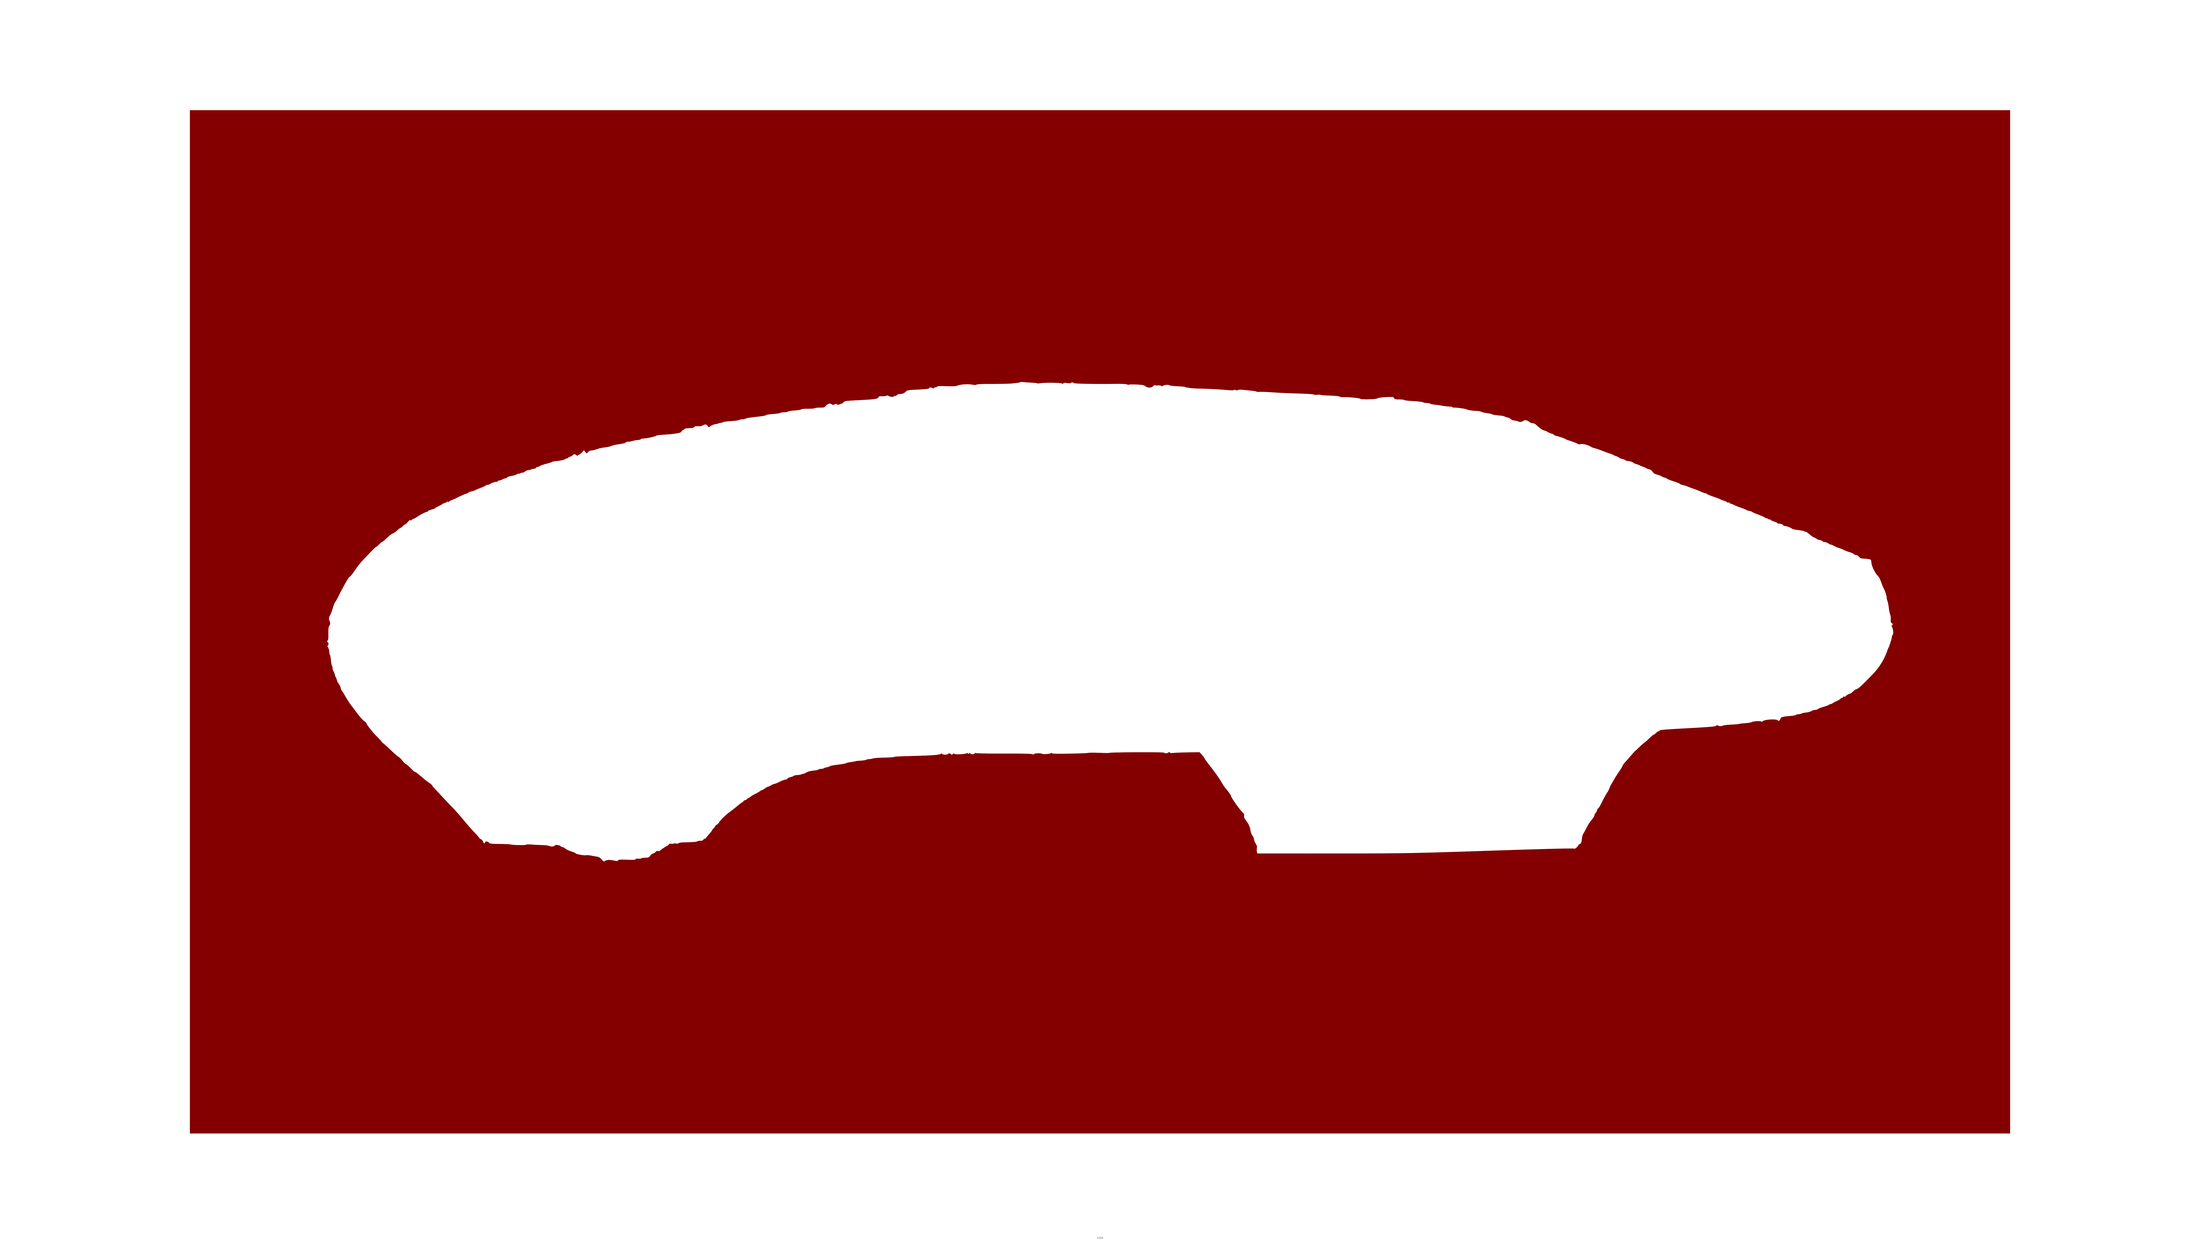
<source format=kicad_sym>
(kicad_symbol_lib
  (version 20220914)
  (generator "bitmap2component")
  (generator_version "8.0")
  (symbol "LOGO"
    (pin_names
      (offset 1.016))
    (property "Reference" "#G"
      (at 0 253.365 0)
      (effects (font (size 1.27 1.27)) hide))
    (symbol "LOGO_0_0"
      (polyline (pts (xy 451.556 0) (xy 451.556 254) (xy 0 254) (xy -451.555 254) (xy -451.555 0) (xy -451.555 -9.701) (xy -383.469 -9.701) (xy -383.432 -9.458) (xy -383.134 -9.172) (xy -383.064 -9.104) (xy -382.938 -8.504) (xy -382.867 -7.393) (xy -382.861 -5.907) (xy -382.87 -4.59) (xy -382.806 -3.287) (xy -382.636 -2.412) (xy -382.341 -1.809) (xy -382.266 -1.698) (xy -381.954 -0.993) (xy -382.016 -0.213) (xy -382.463 0.895) (xy -382.589 1.316) (xy -382.449 2.433) (xy -381.733 3.881) (xy -381.711 3.92) (xy -381.434 4.571) (xy -381.048 5.661) (xy -380.627 6.976) (xy -380.558 7.201) (xy -380.151 8.417) (xy -379.797 9.316) (xy -379.565 9.716) (xy -379.355 9.969) (xy -378.902 10.711) (xy -378.356 11.737) (xy -377.362 13.704) (xy -375.819 16.681) (xy -374.537 19.044) (xy -373.521 20.785) (xy -372.776 21.897) (xy -372.307 22.369) (xy -372.141 22.479) (xy -371.526 23.108) (xy -370.724 24.115) (xy -369.867 25.344) (xy -369.692 25.608) (xy -368.633 27.112) (xy -367.51 28.584) (xy -366.539 29.737) (xy -366.404 29.885) (xy -364.942 31.463) (xy -363.49 33) (xy -362.128 34.416) (xy -360.932 35.631) (xy -359.982 36.567) (xy -359.354 37.144) (xy -359.128 37.282) (xy -358.978 37.312) (xy -358.456 37.721) (xy -357.689 38.439) (xy -357.054 39.039) (xy -356.341 39.634) (xy -355.941 39.864) (xy -355.9 39.873) (xy -355.436 40.188) (xy -354.65 40.859) (xy -353.686 41.763) (xy -353.552 41.893) (xy -352.507 42.823) (xy -351.572 43.53) (xy -350.936 43.872) (xy -350.548 44.038) (xy -349.668 44.613) (xy -348.721 45.403) (xy -348.134 45.927) (xy -347.438 46.471) (xy -347.068 46.653) (xy -346.994 46.662) (xy -346.521 46.979) (xy -345.854 47.612) (xy -345.634 47.835) (xy -345.007 48.355) (xy -344.636 48.49) (xy -344.518 48.502) (xy -344.049 48.879) (xy -343.423 49.605) (xy -343.18 49.908) (xy -342.561 50.491) (xy -342.206 50.466) (xy -341.951 50.278) (xy -341.503 50.607) (xy -341.183 50.906) (xy -340.617 51.153) (xy -340.415 51.202) (xy -339.707 51.557) (xy -338.808 52.143) (xy -338.025 52.666) (xy -336.78 53.396) (xy -335.527 54.042) (xy -334.464 54.504) (xy -333.793 54.681) (xy -333.652 54.699) (xy -333.375 55.001) (xy -333.248 55.153) (xy -332.608 55.461) (xy -331.611 55.773) (xy -330.952 55.959) (xy -330.157 56.247) (xy -329.847 56.458) (xy -329.773 56.563) (xy -329.235 56.916) (xy -328.348 57.355) (xy -327.929 57.549) (xy -326.989 58.045) (xy -326.411 58.438) (xy -325.819 58.789) (xy -324.912 59.09) (xy -324.892 59.094) (xy -324.154 59.38) (xy -323.845 59.736) (xy -323.779 59.885) (xy -323.497 59.62) (xy -323.292 59.379) (xy -323.15 59.504) (xy -323.138 59.564) (xy -322.733 59.95) (xy -321.935 60.317) (xy -321.805 60.362) (xy -320.82 60.768) (xy -319.508 61.374) (xy -318.116 62.066) (xy -317.83 62.212) (xy -316.458 62.866) (xy -315.231 63.384) (xy -314.386 63.663) (xy -314.313 63.68) (xy -313.572 63.939) (xy -313.267 64.218) (xy -313.244 64.279) (xy -312.792 64.537) (xy -311.944 64.758) (xy -311.819 64.782) (xy -310.74 65.069) (xy -309.915 65.421) (xy -309.481 65.644) (xy -308.468 66.078) (xy -307.269 66.527) (xy -306.439 66.841) (xy -305.441 67.29) (xy -304.863 67.644) (xy -304.436 67.903) (xy -303.583 68.086) (xy -303.022 68.182) (xy -302.361 68.578) (xy -302.349 68.593) (xy -301.755 68.952) (xy -300.796 69.296) (xy -299.792 69.529) (xy -299.067 69.557) (xy -299 69.553) (xy -298.803 69.85) (xy -298.618 70.073) (xy -297.988 70.203) (xy -297.378 70.302) (xy -296.489 70.721) (xy -295.936 71.029) (xy -295.048 71.25) (xy -294.569 71.348) (xy -294.109 71.737) (xy -293.95 71.909) (xy -293.229 72.212) (xy -292.147 72.424) (xy -291.578 72.513) (xy -290.366 72.826) (xy -289.486 73.213) (xy -288.77 73.557) (xy -288.259 73.579) (xy -288.126 73.528) (xy -287.694 73.725) (xy -287.33 73.958) (xy -286.562 74.083) (xy -285.886 74.217) (xy -285.225 74.667) (xy -285.147 74.755) (xy -284.433 75.155) (xy -283.437 75.39) (xy -283.227 75.415) (xy -282.267 75.613) (xy -281.665 75.871) (xy -281.426 76.001) (xy -280.725 76.01) (xy -280.425 75.979) (xy -279.986 76.356) (xy -279.755 76.659) (xy -279.084 76.906) (xy -278.665 76.969) (xy -277.926 77.354) (xy -277.879 77.392) (xy -277.237 77.707) (xy -276.146 78.089) (xy -274.814 78.464) (xy -274.579 78.524) (xy -273.292 78.879) (xy -272.292 79.201) (xy -271.78 79.427) (xy -271.248 79.641) (xy -270.368 79.77) (xy -270.099 79.785) (xy -268.874 79.913) (xy -267.59 80.122) (xy -266.438 80.371) (xy -265.608 80.621) (xy -265.289 80.832) (xy -265.157 81.01) (xy -264.583 81.139) (xy -264.173 81.2) (xy -263.878 81.464) (xy -263.577 81.759) (xy -262.849 82.014) (xy -262.083 82.313) (xy -261.625 82.748) (xy -261.544 82.901) (xy -260.978 83.224) (xy -260.251 83.131) (xy -259.673 82.638) (xy -259.445 82.348) (xy -259.302 82.462) (xy -259.224 82.678) (xy -258.728 82.903) (xy -258.552 82.939) (xy -257.875 83.34) (xy -257.101 84.04) (xy -256.039 85.177) (xy -255.39 84.375) (xy -254.74 83.573) (xy -254.018 84.296) (xy -253.408 84.794) (xy -252.853 85.044) (xy -251.376 85.211) (xy -249.282 85.843) (xy -248.504 86.105) (xy -247.211 86.392) (xy -245.795 86.596) (xy -244.569 86.768) (xy -243.285 87.043) (xy -242.406 87.342) (xy -242.26 87.406) (xy -241.304 87.698) (xy -239.949 87.993) (xy -238.44 88.238) (xy -236.834 88.506) (xy -235.707 88.815) (xy -235.188 89.134) (xy -234.953 89.367) (xy -234.306 89.451) (xy -234.005 89.419) (xy -233.099 89.519) (xy -231.983 89.788) (xy -231.436 89.939) (xy -230.132 90.205) (xy -229.073 90.311) (xy -228.959 90.313) (xy -228.203 90.426) (xy -227.894 90.664) (xy -227.885 90.708) (xy -227.482 90.927) (xy -226.67 91.017) (xy -226.224 91.037) (xy -225.112 91.172) (xy -223.799 91.399) (xy -222.465 91.68) (xy -221.289 91.975) (xy -220.452 92.244) (xy -220.133 92.448) (xy -219.914 92.55) (xy -219.119 92.69) (xy -217.88 92.827) (xy -216.341 92.944) (xy -215.169 93.02) (xy -213.575 93.139) (xy -212.282 93.252) (xy -211.49 93.345) (xy -211.452 93.351) (xy -210.329 93.53) (xy -209.119 93.722) (xy -208.138 94.017) (xy -207.595 94.59) (xy -207.391 94.957) (xy -206.869 95.25) (xy -206.639 95.291) (xy -206.18 95.7) (xy -206.049 95.848) (xy -205.271 96.078) (xy -203.853 96.163) (xy -202.778 96.205) (xy -201.8 96.389) (xy -201.282 96.748) (xy -201.116 96.929) (xy -200.492 97.174) (xy -199.418 97.124) (xy -198.178 97.102) (xy -197.156 97.501) (xy -196.305 97.955) (xy -195.395 97.962) (xy -194.665 97.308) (xy -194.157 96.544) (xy -193.123 97.297) (xy -193.084 97.325) (xy -191.975 97.877) (xy -190.766 98.178) (xy -190.563 98.2) (xy -189.685 98.356) (xy -189.207 98.542) (xy -188.902 98.684) (xy -188.169 98.778) (xy -187.641 98.845) (xy -187.167 99.101) (xy -186.863 99.227) (xy -185.978 99.39) (xy -184.667 99.547) (xy -183.082 99.676) (xy -181.741 99.781) (xy -180.377 99.931) (xy -179.415 100.09) (xy -179.006 100.235) (xy -178.951 100.289) (xy -178.377 100.469) (xy -177.456 100.542) (xy -177.2 100.547) (xy -176.371 100.656) (xy -175.977 100.861) (xy -175.793 100.97) (xy -175.031 101.168) (xy -173.826 101.381) (xy -172.332 101.579) (xy -171.243 101.703) (xy -169.206 101.941) (xy -167.742 102.128) (xy -166.759 102.278) (xy -166.169 102.406) (xy -165.881 102.527) (xy -165.805 102.656) (xy -165.651 102.748) (xy -164.931 102.902) (xy -163.756 103.056) (xy -162.275 103.188) (xy -161.263 103.273) (xy -159.921 103.43) (xy -158.963 103.599) (xy -158.55 103.755) (xy -158.38 103.862) (xy -157.659 104.011) (xy -156.613 104.07) (xy -155.996 104.09) (xy -155.187 104.202) (xy -154.869 104.38) (xy -154.754 104.469) (xy -154.087 104.638) (xy -152.957 104.804) (xy -151.518 104.942) (xy -150.649 105.019) (xy -149.372 105.179) (xy -148.494 105.355) (xy -148.167 105.519) (xy -148.085 105.591) (xy -147.47 105.712) (xy -146.384 105.787) (xy -144.984 105.802) (xy -144.325 105.8) (xy -142.946 105.848) (xy -141.898 105.955) (xy -141.369 106.105) (xy -141 106.242) (xy -140.072 106.362) (xy -138.883 106.38) (xy -138.254 106.366) (xy -137.275 106.423) (xy -136.664 106.654) (xy -136.192 107.122) (xy -135.885 107.472) (xy -134.908 108.183) (xy -133.942 108.399) (xy -133.163 108.066) (xy -132.973 107.89) (xy -132.459 107.688) (xy -131.752 107.956) (xy -131.567 108.051) (xy -130.903 108.229) (xy -130.349 107.948) (xy -129.872 107.679) (xy -129.384 107.894) (xy -129.129 108.081) (xy -128.361 108.303) (xy -127.914 108.423) (xy -127.285 108.94) (xy -127.268 108.963) (xy -127.081 109.208) (xy -126.858 109.394) (xy -126.504 109.537) (xy -125.922 109.65) (xy -125.018 109.746) (xy -123.696 109.839) (xy -121.86 109.943) (xy -119.415 110.071) (xy -117.906 110.152) (xy -115.401 110.3) (xy -113.483 110.442) (xy -112.075 110.59) (xy -111.097 110.755) (xy -110.472 110.949) (xy -110.121 111.182) (xy -109.967 111.468) (xy -109.73 111.851) (xy -109.163 112.016) (xy -108.082 112.013) (xy -107.52 112.005) (xy -106.515 112.088) (xy -105.921 112.276) (xy -105.675 112.414) (xy -105.04 112.275) (xy -104.618 112.021) (xy -103.76 111.734) (xy -102.951 111.653) (xy -102.483 111.829) (xy -102.28 112.01) (xy -101.622 112.183) (xy -101.2 112.273) (xy -100.518 112.741) (xy -100.113 113.04) (xy -99.201 113.135) (xy -98.311 113.158) (xy -97.121 113.634) (xy -96.173 114.48) (xy -96.037 114.627) (xy -95.655 114.836) (xy -94.999 114.994) (xy -93.962 115.118) (xy -92.434 115.223) (xy -90.309 115.325) (xy -89.765 115.349) (xy -87.565 115.475) (xy -86.023 115.62) (xy -85.098 115.789) (xy -84.751 115.987) (xy -84.352 116.348) (xy -83.65 116.361) (xy -82.973 115.993) (xy -82.654 115.748) (xy -82.55 115.993) (xy -82.331 116.272) (xy -81.668 116.417) (xy -81.088 116.512) (xy -80.786 116.801) (xy -80.555 116.954) (xy -79.737 117.049) (xy -78.292 117.069) (xy -76.183 117.013) (xy -75.787 116.999) (xy -73.748 116.955) (xy -72.282 116.989) (xy -71.278 117.107) (xy -70.627 117.315) (xy -70.58 117.337) (xy -69.489 117.657) (xy -67.962 117.872) (xy -66.244 117.968) (xy -64.586 117.93) (xy -63.234 117.745) (xy -63.046 117.703) (xy -61.921 117.568) (xy -61.269 117.776) (xy -61.09 117.853) (xy -60.2 117.984) (xy -58.619 118.072) (xy -56.356 118.118) (xy -53.421 118.122) (xy -53.148 118.121) (xy -50.749 118.125) (xy -48.437 118.156) (xy -46.366 118.208) (xy -44.692 118.278) (xy -43.568 118.363) (xy -42.242 118.512) (xy -41.135 118.632) (xy -40.488 118.699) (xy -40.166 118.754) (xy -39.649 118.984) (xy -39.559 119.031) (xy -38.925 119.097) (xy -37.966 119.04) (xy -36.995 118.947) (xy -35.533 118.841) (xy -34.017 118.76) (xy -33.963 118.757) (xy -32.679 118.672) (xy -31.672 118.553) (xy -31.157 118.427) (xy -30.74 118.334) (xy -29.949 118.419) (xy -29.553 118.494) (xy -28.438 118.602) (xy -26.955 118.671) (xy -25.258 118.702) (xy -23.5 118.697) (xy -21.833 118.657) (xy -20.412 118.583) (xy -19.389 118.477) (xy -18.918 118.338) (xy -18.588 118.111) (xy -18.173 118.383) (xy -17.981 118.553) (xy -17.346 118.681) (xy -16.228 118.54) (xy -15.83 118.473) (xy -14.922 118.415) (xy -14.523 118.562) (xy -14.416 118.701) (xy -13.905 118.871) (xy -13.327 118.82) (xy -13.053 118.552) (xy -12.996 118.509) (xy -12.391 118.409) (xy -11.186 118.322) (xy -9.458 118.247) (xy -7.281 118.187) (xy -4.73 118.142) (xy -1.881 118.115) (xy 1.19 118.106) (xy 4.409 118.117) (xy 7.699 118.15) (xy 9.783 118.159) (xy 11.715 118.112) (xy 12.987 118.003) (xy 13.577 117.832) (xy 13.854 117.667) (xy 14.222 117.722) (xy 14.468 117.802) (xy 15.299 117.865) (xy 16.563 117.875) (xy 18.107 117.828) (xy 19.142 117.773) (xy 20.561 117.658) (xy 21.514 117.496) (xy 22.155 117.255) (xy 22.639 116.904) (xy 23.437 116.453) (xy 24.621 116.295) (xy 25.772 116.547) (xy 26.606 117.188) (xy 26.976 117.562) (xy 27.31 117.524) (xy 27.343 117.485) (xy 27.881 117.326) (xy 28.755 117.368) (xy 29.722 117.4) (xy 30.512 117.125) (xy 30.831 116.931) (xy 31.044 117.034) (xy 31.297 117.302) (xy 32.017 117.532) (xy 32.948 117.658) (xy 33.832 117.647) (xy 34.408 117.465) (xy 34.758 117.335) (xy 35.712 117.175) (xy 37.075 117.043) (xy 38.679 116.958) (xy 39.822 116.907) (xy 41.249 116.79) (xy 42.22 116.639) (xy 42.61 116.47) (xy 42.721 116.322) (xy 43.221 116.291) (xy 43.461 116.343) (xy 44.169 116.189) (xy 44.317 116.139) (xy 45.094 116.031) (xy 46.377 115.93) (xy 48.03 115.847) (xy 49.918 115.79) (xy 50.092 115.787) (xy 52.458 115.718) (xy 55.001 115.615) (xy 57.428 115.491) (xy 59.443 115.36) (xy 61.049 115.239) (xy 62.719 115.114) (xy 64.075 115.014) (xy 64.921 114.953) (xy 65.021 114.947) (xy 65.975 114.979) (xy 66.612 115.143) (xy 66.884 115.229) (xy 67.51 115.044) (xy 67.821 114.865) (xy 68.343 115.05) (xy 68.496 115.147) (xy 69.32 115.282) (xy 70.61 115.22) (xy 71.695 115.105) (xy 73.353 114.942) (xy 74.965 114.795) (xy 75.01 114.791) (xy 76.278 114.643) (xy 77.262 114.461) (xy 77.751 114.283) (xy 78.199 114.133) (xy 79.005 114.173) (xy 79.207 114.197) (xy 80.128 114.215) (xy 81.538 114.179) (xy 83.285 114.095) (xy 85.216 113.968) (xy 85.254 113.965) (xy 87.316 113.831) (xy 89.862 113.694) (xy 92.677 113.564) (xy 95.545 113.451) (xy 98.249 113.365) (xy 99.251 113.336) (xy 101.431 113.251) (xy 103.323 113.15) (xy 104.821 113.04) (xy 105.823 112.927) (xy 106.223 112.82) (xy 106.264 112.776) (xy 106.812 112.649) (xy 107.699 112.722) (xy 107.844 112.747) (xy 108.779 112.811) (xy 109.387 112.696) (xy 109.401 112.689) (xy 109.944 112.58) (xy 111.031 112.474) (xy 112.511 112.384) (xy 114.233 112.32) (xy 114.269 112.32) (xy 116.016 112.247) (xy 117.454 112.135) (xy 118.451 111.997) (xy 118.876 111.848) (xy 119.119 111.71) (xy 119.915 111.573) (xy 121.02 111.542) (xy 122.102 111.543) (xy 123.588 111.485) (xy 125.158 111.378) (xy 126.653 111.237) (xy 127.917 111.078) (xy 128.79 110.915) (xy 129.117 110.764) (xy 129.132 110.728) (xy 129.581 110.591) (xy 130.534 110.506) (xy 131.826 110.472) (xy 133.292 110.483) (xy 134.765 110.538) (xy 136.082 110.633) (xy 137.076 110.765) (xy 137.583 110.93) (xy 137.715 111.011) (xy 138.556 111.245) (xy 139.98 111.436) (xy 141.893 111.571) (xy 142.285 111.59) (xy 143.839 111.65) (xy 144.845 111.646) (xy 145.435 111.561) (xy 145.739 111.38) (xy 145.886 111.087) (xy 146.043 110.784) (xy 146.443 110.555) (xy 147.222 110.447) (xy 148.543 110.419) (xy 148.622 110.419) (xy 149.817 110.376) (xy 150.666 110.269) (xy 150.989 110.121) (xy 150.996 110.104) (xy 151.415 109.973) (xy 152.387 109.834) (xy 153.782 109.703) (xy 155.465 109.596) (xy 155.65 109.586) (xy 157.356 109.469) (xy 158.797 109.323) (xy 159.827 109.165) (xy 160.298 109.012) (xy 160.401 108.94) (xy 161.102 108.737) (xy 162.101 108.656) (xy 162.405 108.649) (xy 163.341 108.534) (xy 163.883 108.325) (xy 164.17 108.182) (xy 165.021 107.972) (xy 166.158 107.817) (xy 166.757 107.755) (xy 168.443 107.53) (xy 169.999 107.266) (xy 170.649 107.152) (xy 172.149 106.966) (xy 173.438 106.892) (xy 173.868 106.877) (xy 174.663 106.744) (xy 174.978 106.518) (xy 174.999 106.4) (xy 175.305 106.347) (xy 175.399 106.376) (xy 176.048 106.387) (xy 177.105 106.309) (xy 178.385 106.166) (xy 179.703 105.984) (xy 180.874 105.786) (xy 181.713 105.597) (xy 182.033 105.444) (xy 182.039 105.426) (xy 182.435 105.269) (xy 183.305 105.091) (xy 184.447 104.918) (xy 185.659 104.778) (xy 186.738 104.699) (xy 187.481 104.708) (xy 187.489 104.709) (xy 188.289 104.619) (xy 189.245 104.293) (xy 189.845 104.076) (xy 191.083 103.768) (xy 192.44 103.544) (xy 193.406 103.399) (xy 194.321 103.186) (xy 194.75 102.983) (xy 194.793 102.944) (xy 195.356 102.774) (xy 196.395 102.612) (xy 197.728 102.489) (xy 198.066 102.464) (xy 199.346 102.33) (xy 200.288 102.166) (xy 200.71 102.003) (xy 200.757 101.953) (xy 201.317 101.691) (xy 202.22 101.46) (xy 202.403 101.422) (xy 203.316 101.083) (xy 203.855 100.645) (xy 203.898 100.58) (xy 204.568 100.165) (xy 205.711 99.928) (xy 206.092 99.884) (xy 207.066 99.69) (xy 207.647 99.453) (xy 208.278 99.233) (xy 209.2 99.337) (xy 209.978 99.77) (xy 210.667 100.134) (xy 211.691 100.068) (xy 212.725 99.483) (xy 213.421 98.983) (xy 214.014 98.734) (xy 214.172 98.716) (xy 214.842 98.601) (xy 214.875 98.593) (xy 215.51 98.469) (xy 215.865 98.256) (xy 216.583 97.673) (xy 217.485 96.858) (xy 218.338 96.138) (xy 219.407 95.423) (xy 220.256 95.055) (xy 221.179 94.77) (xy 221.897 94.391) (xy 222.062 94.279) (xy 222.876 93.88) (xy 223.926 93.492) (xy 224.353 93.346) (xy 225.121 92.998) (xy 225.425 92.724) (xy 225.465 92.605) (xy 225.896 92.428) (xy 225.897 92.428) (xy 226.499 92.32) (xy 227.49 92.044) (xy 228.656 91.673) (xy 229.784 91.277) (xy 230.66 90.929) (xy 231.07 90.698) (xy 231.198 90.603) (xy 231.854 90.316) (xy 232.833 89.996) (xy 233.737 89.716) (xy 235.732 88.978) (xy 237.462 88.19) (xy 237.795 88.083) (xy 238.385 88.243) (xy 238.554 88.322) (xy 239.3 88.331) (xy 240.376 88.155) (xy 241.561 87.849) (xy 242.63 87.464) (xy 243.361 87.055) (xy 243.627 86.884) (xy 244.532 86.489) (xy 245.661 86.139) (xy 246.09 86.023) (xy 247.546 85.563) (xy 248.836 85.071) (xy 249.578 84.767) (xy 250.986 84.243) (xy 252.412 83.758) (xy 253.421 83.418) (xy 254.3 83.079) (xy 254.706 82.867) (xy 254.762 82.819) (xy 255.317 82.547) (xy 256.205 82.221) (xy 256.477 82.127) (xy 257.227 81.793) (xy 257.528 81.531) (xy 257.656 81.402) (xy 258.296 81.121) (xy 259.292 80.82) (xy 259.948 80.627) (xy 260.745 80.3) (xy 261.056 80.027) (xy 261.067 79.939) (xy 261.341 79.863) (xy 261.801 79.899) (xy 262.624 79.771) (xy 263.537 79.539) (xy 264.278 79.272) (xy 264.583 79.035) (xy 264.645 78.945) (xy 265.179 78.656) (xy 266.083 78.336) (xy 266.47 78.216) (xy 267.397 77.882) (xy 267.935 77.621) (xy 268.042 77.553) (xy 268.729 77.245) (xy 269.699 76.9) (xy 270.022 76.791) (xy 270.875 76.431) (xy 271.317 76.132) (xy 271.728 75.895) (xy 272.526 75.737) (xy 273.369 75.469) (xy 274.11 74.607) (xy 274.549 74.002) (xy 275.336 73.471) (xy 276.605 73.043) (xy 277.383 72.808) (xy 278.396 72.416) (xy 278.984 72.073) (xy 279.291 71.851) (xy 280.106 71.614) (xy 280.481 71.556) (xy 281.227 71.152) (xy 281.393 71.034) (xy 282.169 70.66) (xy 283.359 70.194) (xy 284.78 69.71) (xy 285.498 69.474) (xy 286.714 69.032) (xy 287.553 68.67) (xy 287.867 68.447) (xy 287.89 68.39) (xy 288.342 68.143) (xy 289.19 67.92) (xy 289.242 67.91) (xy 290.465 67.595) (xy 291.571 67.189) (xy 291.975 67.015) (xy 293.135 66.564) (xy 294.393 66.123) (xy 295.046 65.896) (xy 296.581 65.308) (xy 298.019 64.698) (xy 298.832 64.349) (xy 299.8 63.991) (xy 300.375 63.853) (xy 300.676 63.797) (xy 301.335 63.412) (xy 301.392 63.366) (xy 302.041 63.022) (xy 303.127 62.577) (xy 304.447 62.114) (xy 304.727 62.023) (xy 305.99 61.588) (xy 306.964 61.22) (xy 307.454 60.99) (xy 307.701 60.855) (xy 308.503 60.517) (xy 309.571 60.13) (xy 310.224 59.888) (xy 311.123 59.471) (xy 311.586 59.137) (xy 311.753 58.965) (xy 311.861 59.267) (xy 311.863 59.315) (xy 311.954 59.559) (xy 312.237 59.178) (xy 312.536 58.839) (xy 313.206 58.561) (xy 313.706 58.467) (xy 314.511 58.083) (xy 314.528 58.072) (xy 315.227 57.72) (xy 316.355 57.263) (xy 317.676 56.797) (xy 317.733 56.779) (xy 319.051 56.311) (xy 320.166 55.857) (xy 320.842 55.511) (xy 321.392 55.234) (xy 322.32 55.033) (xy 322.827 54.971) (xy 323.295 54.722) (xy 323.448 54.605) (xy 324.153 54.252) (xy 325.277 53.771) (xy 326.667 53.233) (xy 327.5 52.914) (xy 328.708 52.412) (xy 329.538 52.012) (xy 329.847 51.78) (xy 329.97 51.624) (xy 330.532 51.506) (xy 330.937 51.449) (xy 331.435 51.153) (xy 331.662 50.962) (xy 332.337 50.8) (xy 332.727 50.745) (xy 333.022 50.493) (xy 333.103 50.374) (xy 333.673 50.063) (xy 334.61 49.742) (xy 335.108 49.585) (xy 335.889 49.248) (xy 336.197 48.968) (xy 336.295 48.805) (xy 336.815 48.729) (xy 337.145 48.747) (xy 337.994 48.613) (xy 338.715 48.315) (xy 339.019 47.954) (xy 339.113 47.78) (xy 339.637 47.62) (xy 340.192 47.551) (xy 341.356 47.223) (xy 342.543 46.744) (xy 343.393 46.244) (xy 343.705 46.072) (xy 344.643 45.808) (xy 345.815 45.656) (xy 346.32 45.619) (xy 348.803 45.211) (xy 350.765 44.473) (xy 352.146 43.425) (xy 352.334 43.227) (xy 353.319 42.421) (xy 354.294 41.899) (xy 354.36 41.876) (xy 355.184 41.511) (xy 355.649 41.171) (xy 355.861 40.982) (xy 356.531 40.746) (xy 356.572 40.74) (xy 357.654 40.503) (xy 358.459 40.161) (xy 358.775 39.802) (xy 358.795 39.701) (xy 359.101 39.671) (xy 359.492 39.69) (xy 360.266 39.487) (xy 361.073 39.145) (xy 361.597 38.779) (xy 362.031 38.55) (xy 362.832 38.303) (xy 363.694 38.009) (xy 364.42 37.604) (xy 364.593 37.484) (xy 365.417 37.092) (xy 366.479 36.726) (xy 366.766 36.64) (xy 368.043 36.173) (xy 369.125 35.671) (xy 369.516 35.475) (xy 370.716 34.988) (xy 372.004 34.575) (xy 372.644 34.376) (xy 373.567 33.985) (xy 374.05 33.629) (xy 374.415 33.337) (xy 375.189 33.161) (xy 375.836 32.997) (xy 376.612 32.296) (xy 377.111 31.759) (xy 378.119 31.438) (xy 379.31 31.401) (xy 380.621 31.279) (xy 381.719 31.102) (xy 382.359 30.9) (xy 382.418 30.85) (xy 382.664 30.26) (xy 382.764 29.336) (xy 382.816 28.848) (xy 383.175 27.602) (xy 383.782 26.153) (xy 384.528 24.72) (xy 385.303 23.524) (xy 385.999 22.787) (xy 386.042 22.754) (xy 386.524 22.117) (xy 387.082 21.028) (xy 387.61 19.695) (xy 387.689 19.465) (xy 388.15 18.206) (xy 388.548 17.225) (xy 388.807 16.719) (xy 389.009 16.376) (xy 389.379 15.514) (xy 389.769 14.424) (xy 390.108 13.326) (xy 390.325 12.442) (xy 390.346 11.991) (xy 390.328 11.944) (xy 390.384 11.384) (xy 390.662 10.533) (xy 390.923 9.67) (xy 391.199 8.329) (xy 391.402 6.879) (xy 391.583 5.557) (xy 391.835 4.327) (xy 392.094 3.528) (xy 392.17 3.344) (xy 392.372 2.319) (xy 392.373 1.15) (xy 392.326 0.488) (xy 392.422 -0.234) (xy 392.781 -0.564) (xy 393.198 -0.878) (xy 393.314 -1.442) (xy 392.906 -1.884) (xy 392.676 -2.036) (xy 392.857 -2.354) (xy 392.903 -2.394) (xy 393.205 -2.989) (xy 393.437 -3.938) (xy 393.566 -4.982) (xy 393.557 -5.866) (xy 393.377 -6.331) (xy 393.082 -6.782) (xy 392.88 -7.605) (xy 392.747 -8.438) (xy 392.553 -9.172) (xy 392.504 -9.3) (xy 392.237 -10.089) (xy 391.917 -11.113) (xy 391.822 -11.416) (xy 391.492 -12.334) (xy 391.231 -12.876) (xy 391.165 -12.984) (xy 390.862 -13.671) (xy 390.52 -14.64) (xy 390.406 -14.984) (xy 389.401 -17.42) (xy 388.074 -19.932) (xy 386.603 -22.181) (xy 385.992 -23.001) (xy 385.425 -23.739) (xy 384.869 -24.415) (xy 384.225 -25.141) (xy 383.391 -26.032) (xy 382.266 -27.2) (xy 380.749 -28.76) (xy 379.307 -30.218) (xy 377.744 -31.718) (xy 376.553 -32.741) (xy 375.689 -33.327) (xy 375.106 -33.514) (xy 374.984 -33.539) (xy 374.382 -33.906) (xy 373.645 -34.572) (xy 373.413 -34.804) (xy 372.708 -35.394) (xy 372.226 -35.63) (xy 372.171 -35.633) (xy 371.408 -35.881) (xy 370.55 -36.388) (xy 369.966 -36.939) (xy 369.777 -37.115) (xy 369.173 -37.166) (xy 368.909 -37.119) (xy 368.653 -37.357) (xy 368.611 -37.516) (xy 368.178 -37.747) (xy 367.731 -37.905) (xy 367.094 -38.421) (xy 366.52 -38.887) (xy 365.568 -39.325) (xy 364.73 -39.655) (xy 363.782 -40.239) (xy 362.996 -40.712) (xy 362.255 -40.922) (xy 361.891 -40.969) (xy 361.597 -41.201) (xy 361.591 -41.223) (xy 361.197 -41.462) (xy 360.312 -41.797) (xy 359.105 -42.163) (xy 358.998 -42.193) (xy 357.736 -42.591) (xy 356.747 -42.985) (xy 356.239 -43.295) (xy 356.226 -43.31) (xy 355.617 -43.617) (xy 354.7 -43.744) (xy 354.691 -43.744) (xy 353.716 -43.902) (xy 353.002 -44.277) (xy 352.554 -44.531) (xy 351.557 -44.829) (xy 350.32 -45.034) (xy 349.323 -45.169) (xy 348.408 -45.367) (xy 347.983 -45.56) (xy 347.967 -45.582) (xy 347.47 -45.78) (xy 346.613 -45.861) (xy 346.513 -45.862) (xy 345.706 -45.974) (xy 345.311 -46.212) (xy 345.208 -46.294) (xy 344.551 -46.477) (xy 343.433 -46.65) (xy 342.018 -46.785) (xy 341.159 -46.852) (xy 339.478 -47.048) (xy 338.382 -47.308) (xy 337.788 -47.658) (xy 337.608 -48.123) (xy 337.547 -48.404) (xy 337.126 -48.997) (xy 336.693 -49.2) (xy 336.2 -48.864) (xy 335.761 -48.634) (xy 334.755 -48.477) (xy 333.423 -48.444) (xy 331.968 -48.526) (xy 330.592 -48.708) (xy 329.494 -48.978) (xy 328.878 -49.323) (xy 328.535 -49.628) (xy 328.23 -49.543) (xy 327.916 -49.387) (xy 327.092 -49.303) (xy 325.988 -49.316) (xy 324.829 -49.413) (xy 323.842 -49.582) (xy 323.251 -49.811) (xy 323.23 -49.826) (xy 322.638 -50.015) (xy 321.574 -50.19) (xy 320.253 -50.314) (xy 320.157 -50.321) (xy 318.825 -50.43) (xy 317.747 -50.557) (xy 317.147 -50.676) (xy 316.876 -50.735) (xy 315.97 -50.843) (xy 314.651 -50.948) (xy 313.098 -51.037) (xy 312.115 -51.092) (xy 310.728 -51.206) (xy 309.705 -51.337) (xy 309.217 -51.465) (xy 308.793 -51.66) (xy 307.905 -51.786) (xy 307.029 -51.703) (xy 306.498 -51.419) (xy 306.225 -51.172) (xy 305.885 -51.484) (xy 305.807 -51.577) (xy 305.605 -51.703) (xy 305.247 -51.816) (xy 304.672 -51.923) (xy 303.82 -52.029) (xy 302.628 -52.139) (xy 301.037 -52.258) (xy 298.985 -52.393) (xy 296.411 -52.548) (xy 293.254 -52.729) (xy 289.454 -52.941) (xy 288.548 -52.991) (xy 285.459 -53.167) (xy 282.993 -53.318) (xy 281.085 -53.448) (xy 279.67 -53.564) (xy 278.683 -53.671) (xy 278.058 -53.776) (xy 277.731 -53.884) (xy 277.636 -54.002) (xy 277.589 -54.14) (xy 277.144 -54.328) (xy 277.11 -54.33) (xy 276.523 -54.605) (xy 275.821 -55.204) (xy 275.752 -55.276) (xy 275.111 -55.848) (xy 274.676 -56.086) (xy 274.629 -56.094) (xy 274.13 -56.391) (xy 273.442 -56.983) (xy 273.115 -57.298) (xy 271.853 -58.49) (xy 270.796 -59.45) (xy 270.042 -60.092) (xy 269.69 -60.325) (xy 269.689 -60.325) (xy 269.364 -60.559) (xy 268.685 -61.16) (xy 267.8 -62.001) (xy 266.902 -62.865) (xy 266.089 -63.628) (xy 265.597 -64.065) (xy 265.556 -64.1) (xy 265.049 -64.61) (xy 264.262 -65.472) (xy 263.349 -66.519) (xy 262.308 -67.722) (xy 261.26 -68.911) (xy 260.438 -69.819) (xy 260.082 -70.224) (xy 259.515 -70.978) (xy 259.292 -71.456) (xy 259.27 -71.552) (xy 258.963 -72.162) (xy 258.371 -73.129) (xy 257.591 -74.293) (xy 257.465 -74.473) (xy 256.532 -75.87) (xy 255.667 -77.242) (xy 255.044 -78.317) (xy 254.75 -78.857) (xy 254.196 -79.819) (xy 253.801 -80.433) (xy 253.679 -80.622) (xy 253.26 -81.439) (xy 252.815 -82.483) (xy 252.643 -82.907) (xy 252.208 -83.851) (xy 251.87 -84.423) (xy 251.772 -84.549) (xy 251.241 -85.384) (xy 250.504 -86.694) (xy 249.632 -88.351) (xy 248.696 -90.223) (xy 248.67 -90.277) (xy 248.095 -91.362) (xy 247.608 -92.134) (xy 247.31 -92.428) (xy 247.257 -92.443) (xy 246.933 -92.858) (xy 246.592 -93.662) (xy 246.524 -93.856) (xy 246.18 -94.597) (xy 245.887 -94.897) (xy 245.867 -94.9) (xy 245.593 -95.25) (xy 245.344 -96.015) (xy 245.251 -96.319) (xy 244.712 -97.344) (xy 243.942 -98.324) (xy 243.219 -99.219) (xy 242.371 -100.508) (xy 241.609 -101.88) (xy 241.591 -101.915) (xy 240.918 -103.223) (xy 240.277 -104.396) (xy 239.806 -105.184) (xy 239.692 -105.378) (xy 239.308 -106.448) (xy 239.125 -107.653) (xy 239.119 -107.784) (xy 238.908 -109.176) (xy 238.473 -110.09) (xy 237.864 -110.419) (xy 237.699 -110.441) (xy 237.419 -110.721) (xy 237.307 -111.054) (xy 236.86 -111.65) (xy 236.255 -112.23) (xy 235.688 -112.614) (xy 235.355 -112.621) (xy 235.088 -112.569) (xy 234.293 -112.536) (xy 232.957 -112.528) (xy 231.062 -112.545) (xy 228.592 -112.587) (xy 225.532 -112.655) (xy 221.865 -112.748) (xy 217.574 -112.868) (xy 212.643 -113.014) (xy 207.056 -113.188) (xy 200.797 -113.388) (xy 193.849 -113.617) (xy 189.132 -113.774) (xy 183.207 -113.969) (xy 177.856 -114.142) (xy 173.004 -114.294) (xy 168.577 -114.428) (xy 164.498 -114.543) (xy 160.693 -114.641) (xy 157.085 -114.724) (xy 153.601 -114.793) (xy 150.163 -114.849) (xy 146.696 -114.894) (xy 143.127 -114.928) (xy 139.378 -114.954) (xy 135.374 -114.972) (xy 131.041 -114.985) (xy 126.303 -114.992) (xy 121.084 -114.996) (xy 115.308 -114.998) (xy 78.04 -115.005) (xy 77.828 -114.158) (xy 77.741 -113.31) (xy 77.83 -112.237) (xy 77.85 -111.275) (xy 77.328 -110.251) (xy 77.249 -110.145) (xy 76.719 -109.113) (xy 76.375 -107.941) (xy 76.321 -107.659) (xy 76.068 -106.787) (xy 75.795 -106.33) (xy 75.671 -106.228) (xy 75.219 -105.493) (xy 74.818 -104.357) (xy 74.557 -103.057) (xy 74.415 -102.309) (xy 73.65 -100.426) (xy 72.259 -98.359) (xy 71.938 -97.927) (xy 71.462 -96.993) (xy 71.455 -96.188) (xy 71.512 -95.605) (xy 71.203 -95.019) (xy 71.106 -94.952) (xy 70.438 -94.309) (xy 69.548 -93.269) (xy 68.531 -91.966) (xy 67.484 -90.535) (xy 66.503 -89.109) (xy 65.682 -87.824) (xy 65.12 -86.813) (xy 64.911 -86.212) (xy 64.77 -85.916) (xy 64.306 -85.216) (xy 63.652 -84.323) (xy 62.952 -83.429) (xy 62.346 -82.726) (xy 61.954 -82.241) (xy 61.273 -81.257) (xy 60.562 -80.114) (xy 60.032 -79.224) (xy 59.378 -78.157) (xy 58.914 -77.436) (xy 57.528 -75.456) (xy 55.194 -72.319) (xy 54.712 -71.702) (xy 53.849 -70.596) (xy 53.171 -69.727) (xy 52.462 -68.737) (xy 51.834 -67.734) (xy 51.788 -67.656) (xy 51.123 -66.688) (xy 50.324 -65.733) (xy 49.368 -64.72) (xy 43.469 -64.812) (xy 42.155 -64.837) (xy 40.148 -64.893) (xy 38.385 -64.964) (xy 37.019 -65.042) (xy 36.204 -65.122) (xy 36.115 -65.135) (xy 35.057 -65.171) (xy 34.502 -64.861) (xy 34.221 -64.578) (xy 33.987 -64.823) (xy 33.934 -64.906) (xy 33.433 -65.158) (xy 32.7 -65.259) (xy 32.038 -65.193) (xy 31.75 -64.943) (xy 31.748 -64.938) (xy 31.358 -64.878) (xy 30.363 -64.83) (xy 28.856 -64.793) (xy 26.93 -64.766) (xy 24.678 -64.75) (xy 22.193 -64.743) (xy 19.567 -64.745) (xy 16.895 -64.757) (xy 14.268 -64.777) (xy 11.781 -64.805) (xy 9.525 -64.841) (xy 7.593 -64.884) (xy 6.08 -64.934) (xy 5.077 -64.991) (xy 4.678 -65.054) (xy 4.622 -65.074) (xy 4.03 -65.115) (xy 2.907 -65.122) (xy 1.386 -65.095) (xy -0.399 -65.036) (xy -0.91 -65.016) (xy -2.696 -64.971) (xy -4.221 -64.965) (xy -5.337 -64.997) (xy -5.897 -65.068) (xy -6.212 -65.119) (xy -7.176 -65.191) (xy -8.665 -65.263) (xy -10.575 -65.331) (xy -12.802 -65.391) (xy -15.244 -65.439) (xy -15.87 -65.449) (xy -18.603 -65.481) (xy -20.704 -65.483) (xy -22.233 -65.454) (xy -23.25 -65.391) (xy -23.817 -65.293) (xy -23.994 -65.157) (xy -24.035 -64.924) (xy -24.261 -65.146) (xy -24.432 -65.268) (xy -25.165 -65.471) (xy -26.22 -65.616) (xy -27.346 -65.683) (xy -28.291 -65.653) (xy -28.805 -65.504) (xy -28.913 -65.433) (xy -29.594 -65.287) (xy -30.591 -65.254) (xy -31.648 -65.32) (xy -32.513 -65.475) (xy -32.928 -65.705) (xy -33.08 -65.934) (xy -33.399 -65.755) (xy -33.711 -65.651) (xy -34.554 -65.562) (xy -35.954 -65.493) (xy -37.94 -65.444) (xy -40.542 -65.412) (xy -43.79 -65.399) (xy -47.713 -65.402) (xy -50.658 -65.405) (xy -53.856 -65.392) (xy -56.573 -65.364) (xy -58.764 -65.32) (xy -60.385 -65.263) (xy -61.391 -65.192) (xy -61.736 -65.108) (xy -61.831 -65.027) (xy -62.177 -65.351) (xy -62.203 -65.382) (xy -62.794 -65.694) (xy -63.578 -65.74) (xy -64.265 -65.544) (xy -64.564 -65.135) (xy -64.632 -65.001) (xy -64.916 -65.264) (xy -64.964 -65.334) (xy -65.279 -65.616) (xy -65.611 -65.264) (xy -65.814 -65.03) (xy -65.964 -65.126) (xy -65.977 -65.169) (xy -66.411 -65.383) (xy -67.325 -65.56) (xy -68.529 -65.688) (xy -69.831 -65.756) (xy -71.043 -65.754) (xy -71.974 -65.67) (xy -72.434 -65.495) (xy -72.656 -65.281) (xy -72.905 -65.528) (xy -72.927 -65.576) (xy -73.337 -65.909) (xy -73.839 -65.931) (xy -74.083 -65.617) (xy -74.216 -65.412) (xy -74.789 -65.264) (xy -75.199 -65.33) (xy -75.494 -65.617) (xy -75.728 -65.838) (xy -76.408 -65.956) (xy -77.267 -65.938) (xy -78.034 -65.793) (xy -78.437 -65.528) (xy -78.59 -65.297) (xy -78.907 -65.482) (xy -78.915 -65.491) (xy -79.353 -65.728) (xy -80.283 -65.931) (xy -81.749 -66.107) (xy -83.792 -66.258) (xy -86.456 -66.388) (xy -89.782 -66.503) (xy -91.408 -66.551) (xy -94.325 -66.638) (xy -96.644 -66.71) (xy -98.435 -66.772) (xy -99.772 -66.826) (xy -100.726 -66.876) (xy -101.369 -66.925) (xy -101.773 -66.977) (xy -102.01 -67.036) (xy -102.152 -67.105) (xy -102.201 -67.125) (xy -102.814 -67.217) (xy -103.958 -67.301) (xy -105.49 -67.37) (xy -107.267 -67.413) (xy -107.62 -67.419) (xy -109.404 -67.479) (xy -110.949 -67.577) (xy -112.099 -67.7) (xy -112.698 -67.837) (xy -113.433 -68.064) (xy -114.451 -68.159) (xy -115.292 -68.229) (xy -115.91 -68.457) (xy -116.442 -68.642) (xy -117.46 -68.81) (xy -118.742 -68.926) (xy -118.815 -68.931) (xy -120.009 -69.012) (xy -120.857 -69.091) (xy -121.179 -69.151) (xy -121.187 -69.17) (xy -121.345 -69.237) (xy -121.809 -69.333) (xy -122.71 -69.481) (xy -124.178 -69.706) (xy -124.62 -69.781) (xy -125.577 -70.006) (xy -126.126 -70.227) (xy -126.446 -70.341) (xy -127.36 -70.531) (xy -128.689 -70.743) (xy -130.271 -70.948) (xy -131.54 -71.112) (xy -132.842 -71.323) (xy -133.728 -71.519) (xy -134.055 -71.673) (xy -134.094 -71.745) (xy -134.59 -71.981) (xy -135.475 -72.185) (xy -135.778 -72.24) (xy -136.643 -72.474) (xy -137.083 -72.719) (xy -137.105 -72.747) (xy -137.617 -72.944) (xy -138.486 -73.025) (xy -138.63 -73.027) (xy -139.39 -73.126) (xy -139.7 -73.327) (xy -139.704 -73.344) (xy -140.089 -73.524) (xy -140.984 -73.71) (xy -142.212 -73.863) (xy -142.731 -73.918) (xy -144.521 -74.268) (xy -145.706 -74.795) (xy -145.737 -74.817) (xy -146.617 -75.296) (xy -147.369 -75.494) (xy -147.77 -75.535) (xy -148.314 -75.759) (xy -148.451 -75.835) (xy -149.156 -75.987) (xy -150.177 -76.068) (xy -150.638 -76.096) (xy -151.539 -76.248) (xy -152 -76.477) (xy -152.06 -76.543) (xy -152.65 -76.844) (xy -153.576 -77.094) (xy -153.816 -77.146) (xy -154.673 -77.462) (xy -155.114 -77.838) (xy -155.237 -78.048) (xy -155.703 -78.285) (xy -156.35 -78.347) (xy -157.644 -78.786) (xy -159.347 -79.605) (xy -159.877 -79.871) (xy -160.852 -80.275) (xy -161.503 -80.436) (xy -161.556 -80.438) (xy -162.282 -80.663) (xy -163.16 -81.139) (xy -163.267 -81.208) (xy -164.093 -81.657) (xy -164.683 -81.842) (xy -164.802 -81.861) (xy -165.465 -82.167) (xy -166.303 -82.726) (xy -166.557 -82.913) (xy -167.34 -83.409) (xy -167.842 -83.608) (xy -168.096 -83.668) (xy -168.691 -84.049) (xy -169.175 -84.391) (xy -170.115 -84.939) (xy -171.274 -85.549) (xy -172.341 -86.12) (xy -173.228 -86.672) (xy -173.672 -87.048) (xy -173.827 -87.222) (xy -174.477 -87.489) (xy -174.741 -87.549) (xy -175.203 -88.018) (xy -175.423 -88.305) (xy -176.085 -88.547) (xy -176.486 -88.633) (xy -176.967 -89.076) (xy -177.096 -89.326) (xy -177.455 -89.606) (xy -177.893 -89.805) (xy -178.564 -90.296) (xy -179.41 -91.002) (xy -181.243 -92.508) (xy -182.581 -93.566) (xy -183.445 -94.192) (xy -184.492 -94.965) (xy -185.828 -96.114) (xy -187.149 -97.384) (xy -188.27 -98.596) (xy -189.007 -99.572) (xy -189.589 -100.309) (xy -190.17 -100.725) (xy -190.645 -101.06) (xy -191.144 -101.783) (xy -191.507 -102.372) (xy -191.904 -102.658) (xy -192.036 -102.689) (xy -192.265 -103.099) (xy -192.472 -103.543) (xy -193.044 -104.336) (xy -193.853 -105.289) (xy -194.641 -106.195) (xy -195.218 -106.933) (xy -195.439 -107.318) (xy -195.497 -107.445) (xy -195.965 -107.597) (xy -196.34 -107.714) (xy -196.89 -108.235) (xy -197.364 -108.66) (xy -198.307 -108.724) (xy -199.117 -108.721) (xy -199.77 -108.943) (xy -199.814 -108.976) (xy -200.125 -109.111) (xy -200.677 -109.218) (xy -201.562 -109.302) (xy -202.874 -109.373) (xy -204.705 -109.436) (xy -207.149 -109.499) (xy -207.646 -109.528) (xy -208.638 -109.696) (xy -209.222 -109.953) (xy -209.565 -110.154) (xy -210.464 -110.054) (xy -211.025 -109.92) (xy -211.492 -110.069) (xy -211.936 -110.239) (xy -212.733 -110.188) (xy -212.804 -110.175) (xy -213.608 -110.161) (xy -213.992 -110.553) (xy -214.15 -110.842) (xy -214.551 -111.125) (xy -214.689 -111.161) (xy -215.327 -111.489) (xy -216.227 -112.046) (xy -217.182 -112.693) (xy -217.981 -113.29) (xy -218.414 -113.697) (xy -218.695 -113.846) (xy -219.369 -113.79) (xy -219.971 -113.754) (xy -220.556 -114.281) (xy -220.987 -114.728) (xy -221.718 -115.007) (xy -221.781 -115.01) (xy -222.465 -115.346) (xy -223.132 -116.064) (xy -223.355 -116.381) (xy -223.856 -116.864) (xy -224.541 -117.075) (xy -225.669 -117.121) (xy -226.355 -117.145) (xy -227.262 -117.264) (xy -227.704 -117.452) (xy -227.736 -117.489) (xy -228.266 -117.63) (xy -229.136 -117.582) (xy -229.3 -117.557) (xy -230.111 -117.545) (xy -230.364 -117.83) (xy -230.395 -117.927) (xy -230.718 -118.081) (xy -231.466 -118.158) (xy -232.732 -118.163) (xy -234.608 -118.103) (xy -236.06 -118.051) (xy -237.468 -118.035) (xy -238.374 -118.089) (xy -238.892 -118.221) (xy -239.138 -118.439) (xy -239.358 -118.692) (xy -239.862 -118.772) (xy -240.803 -118.567) (xy -240.933 -118.533) (xy -242.295 -118.285) (xy -243.656 -118.183) (xy -243.871 -118.187) (xy -244.95 -118.357) (xy -245.659 -118.709) (xy -245.78 -118.823) (xy -246.141 -118.978) (xy -246.565 -118.724) (xy -247.227 -117.978) (xy -247.253 -117.947) (xy -248.314 -116.974) (xy -249.457 -116.58) (xy -249.95 -116.513) (xy -251.207 -116.307) (xy -252.539 -116.053) (xy -253.294 -115.922) (xy -254.332 -115.822) (xy -254.959 -115.868) (xy -254.999 -115.881) (xy -255.64 -115.916) (xy -256.642 -115.832) (xy -257.791 -115.664) (xy -258.875 -115.449) (xy -259.681 -115.222) (xy -259.997 -115.019) (xy -260 -115.006) (xy -260.358 -114.76) (xy -261.207 -114.389) (xy -262.376 -113.971) (xy -263.647 -113.49) (xy -264.738 -112.963) (xy -265.389 -112.51) (xy -265.945 -112.075) (xy -266.671 -111.831) (xy -267.069 -111.754) (xy -267.758 -111.301) (xy -268.014 -111.108) (xy -268.738 -110.869) (xy -269.584 -110.772) (xy -270.287 -110.837) (xy -270.58 -111.085) (xy -270.587 -111.132) (xy -270.959 -111.409) (xy -271.703 -111.547) (xy -272.534 -111.519) (xy -273.165 -111.303) (xy -273.269 -111.247) (xy -274.021 -111.062) (xy -275.214 -110.918) (xy -276.641 -110.841) (xy -276.657 -110.841) (xy -278.483 -110.777) (xy -280.45 -110.674) (xy -282.134 -110.555) (xy -282.318 -110.54) (xy -283.521 -110.486) (xy -284.37 -110.522) (xy -284.691 -110.642) (xy -284.841 -110.72) (xy -285.54 -110.8) (xy -286.655 -110.84) (xy -288.015 -110.842) (xy -289.447 -110.808) (xy -290.778 -110.742) (xy -291.838 -110.646) (xy -292.453 -110.523) (xy -292.533 -110.501) (xy -293.23 -110.422) (xy -294.448 -110.354) (xy -296.041 -110.303) (xy -297.861 -110.276) (xy -298.834 -110.267) (xy -300.543 -110.233) (xy -301.716 -110.166) (xy -302.471 -110.052) (xy -302.924 -109.877) (xy -303.192 -109.626) (xy -303.587 -109.264) (xy -304.281 -109.025) (xy -304.891 -109.124) (xy -305.153 -109.567) (xy -305.222 -109.89) (xy -305.531 -109.992) (xy -305.907 -109.677) (xy -306.15 -109.05) (xy -306.411 -108.482) (xy -307.12 -107.94) (xy -307.685 -107.653) (xy -307.975 -107.326) (xy -308 -107.255) (xy -308.365 -106.754) (xy -309.075 -105.936) (xy -310.013 -104.936) (xy -310.163 -104.78) (xy -311.448 -103.401) (xy -312.859 -101.826) (xy -314.115 -100.365) (xy -315.143 -99.138) (xy -316.916 -97.044) (xy -318.396 -95.33) (xy -319.685 -93.883) (xy -320.881 -92.59) (xy -322.086 -91.338) (xy -322.833 -90.566) (xy -324.257 -89.07) (xy -325.788 -87.438) (xy -327.201 -85.908) (xy -328.27 -84.747) (xy -329.333 -83.607) (xy -330.164 -82.734) (xy -330.641 -82.255) (xy -331.024 -81.826) (xy -331.267 -81.325) (xy -331.469 -81.026) (xy -332.122 -80.443) (xy -333.068 -79.747) (xy -333.85 -79.197) (xy -334.987 -78.338) (xy -335.834 -77.63) (xy -336.527 -77.008) (xy -337.661 -76.053) (xy -338.716 -75.231) (xy -339.545 -74.654) (xy -339.999 -74.436) (xy -340.061 -74.424) (xy -340.557 -74.097) (xy -341.228 -73.466) (xy -342.035 -72.629) (xy -343.17 -71.531) (xy -344.028 -70.807) (xy -344.517 -70.538) (xy -344.837 -70.322) (xy -345.471 -69.686) (xy -346.251 -68.779) (xy -346.96 -67.959) (xy -347.636 -67.291) (xy -348.039 -67.033) (xy -348.098 -67.014) (xy -348.597 -66.659) (xy -349.468 -65.924) (xy -350.605 -64.9) (xy -351.905 -63.676) (xy -352.284 -63.314) (xy -353.534 -62.141) (xy -354.581 -61.192) (xy -355.324 -60.556) (xy -355.662 -60.325) (xy -355.869 -60.218) (xy -356.261 -59.708) (xy -356.339 -59.585) (xy -356.871 -58.94) (xy -357.726 -58.017) (xy -358.76 -56.974) (xy -359.121 -56.612) (xy -360.208 -55.44) (xy -361.325 -54.135) (xy -362.372 -52.828) (xy -363.245 -51.649) (xy -363.844 -50.728) (xy -364.067 -50.195) (xy -364.07 -50.168) (xy -364.397 -49.779) (xy -365.094 -49.287) (xy -365.658 -48.816) (xy -366.541 -47.885) (xy -367.592 -46.647) (xy -368.688 -45.242) (xy -369.664 -43.936) (xy -370.72 -42.525) (xy -371.607 -41.345) (xy -372.197 -40.563) (xy -372.739 -39.79) (xy -373.543 -38.527) (xy -374.313 -37.212) (xy -374.94 -36.122) (xy -375.621 -35.008) (xy -376.127 -34.26) (xy -376.56 -33.51) (xy -376.767 -32.737) (xy -376.782 -32.592) (xy -377.082 -31.802) (xy -377.646 -30.903) (xy -377.757 -30.751) (xy -378.378 -29.664) (xy -378.75 -28.626) (xy -378.758 -28.585) (xy -379.005 -27.761) (xy -379.282 -27.312) (xy -379.431 -27.144) (xy -379.589 -26.52) (xy -379.606 -26.358) (xy -379.854 -25.558) (xy -380.305 -24.584) (xy -380.477 -24.238) (xy -380.784 -23.399) (xy -380.803 -22.898) (xy -380.749 -22.647) (xy -380.988 -22.064) (xy -380.995 -22.054) (xy -381.224 -21.456) (xy -381.44 -20.386) (xy -381.599 -19.069) (xy -381.608 -18.966) (xy -381.755 -17.721) (xy -381.935 -16.791) (xy -382.11 -16.372) (xy -382.156 -16.329) (xy -382.337 -15.777) (xy -382.411 -14.874) (xy -382.412 -14.79) (xy -382.599 -13.653) (xy -383.007 -12.712) (xy -383.028 -12.682) (xy -383.366 -12.02) (xy -383.183 -11.723) (xy -382.995 -11.588) (xy -382.787 -11.066) (xy -382.823 -10.498) (xy -383.117 -10.23) (xy -383.279 -10.171) (xy -383.469 -9.701) (xy -451.555 -9.701) (xy -451.555 -254) (xy 0 -254) (xy 451.556 -254) (xy 451.556 0)) (stroke (width 0.01) (type default)) (fill (type outline))))))
</source>
